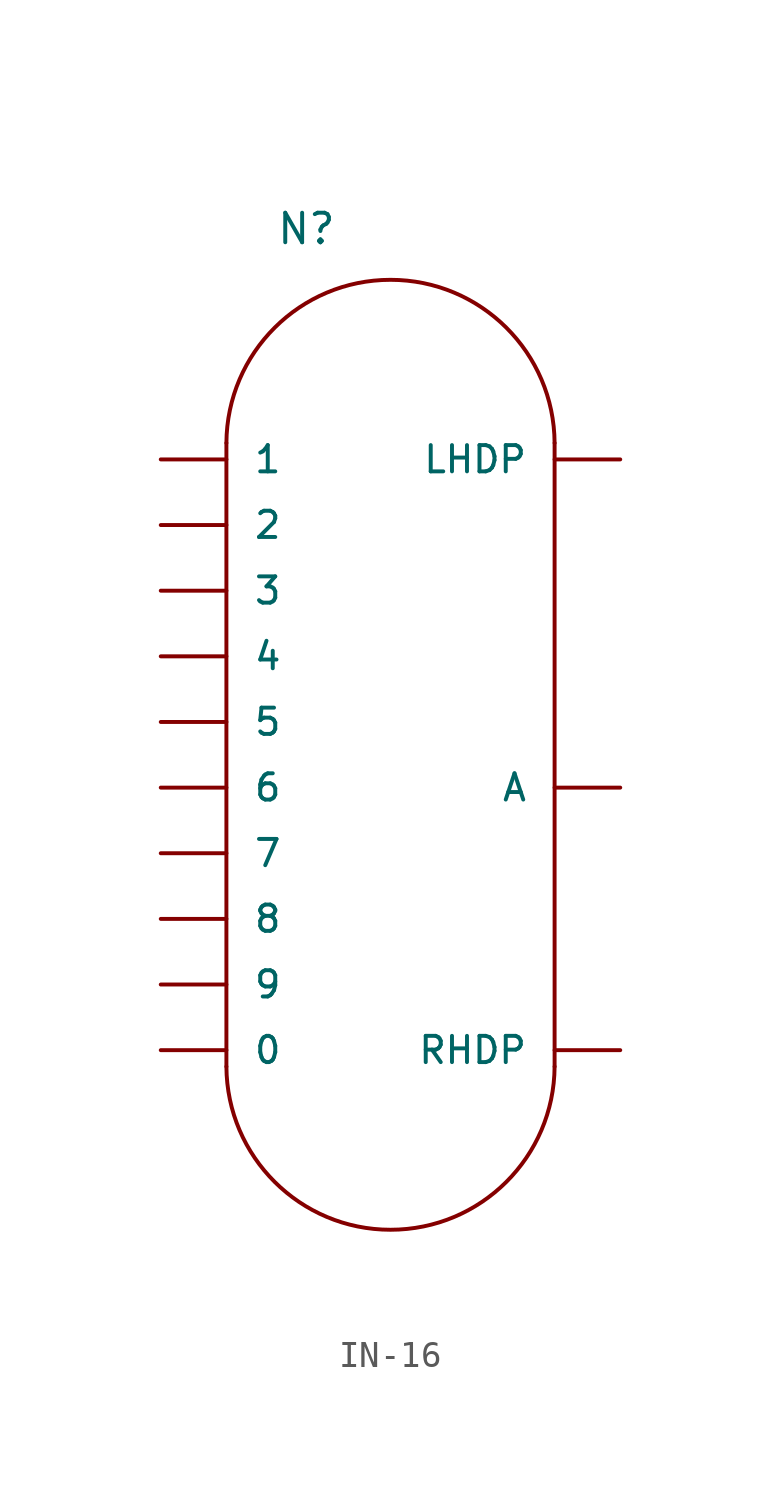
<source format=kicad_sym>
(kicad_symbol_lib
  (version 20211014)
  (generator kicad_symbol_editor)
  (symbol "IN-16"
    (pin_numbers hide)
    (pin_names
      (offset 1.016))
    (property "Reference" "N"
      (at -3.175 20.955 0)
      (effects (font (size 1.143 1.143)) (justify left bottom)))
    (symbol "IN-16_1_0"
      (polyline (pts (xy -5.08 -10.795) (xy -5.08 13.335)) (stroke (width 0) (type default) (color 0 0 0 0)) (fill (type none)))
      (polyline (pts (xy 7.62 -10.795) (xy 7.62 13.335)) (stroke (width 0) (type default) (color 0 0 0 0)) (fill (type none))))
    (symbol "IN-16_1_1"
      (arc (start -5.08 -10.795) (mid 1.27 -17.145) (end 7.62 -10.795) (stroke (width 0) (type default) (color 0 0 0 0)) (fill (type none)))
      (arc (start 7.62 13.335) (mid 1.27 19.685) (end -5.08 13.335) (stroke (width 0) (type default) (color 0 0 0 0)) (fill (type none)))
      (pin bidirectional line (at -7.62 -10.16 0) (length 2.54) (name "0" (effects (font (size 1.016 1.016)))) (number "0" (effects (font (size 1.016 1.016)))))
      (pin bidirectional line (at -7.62 12.7 0) (length 2.54) (name "1" (effects (font (size 1.016 1.016)))) (number "1" (effects (font (size 1.016 1.016)))))
      (pin bidirectional line (at -7.62 10.16 0) (length 2.54) (name "2" (effects (font (size 1.016 1.016)))) (number "2" (effects (font (size 1.016 1.016)))))
      (pin bidirectional line (at -7.62 7.62 0) (length 2.54) (name "3" (effects (font (size 1.016 1.016)))) (number "3" (effects (font (size 1.016 1.016)))))
      (pin bidirectional line (at -7.62 5.08 0) (length 2.54) (name "4" (effects (font (size 1.016 1.016)))) (number "4" (effects (font (size 1.016 1.016)))))
      (pin bidirectional line (at -7.62 2.54 0) (length 2.54) (name "5" (effects (font (size 1.016 1.016)))) (number "5" (effects (font (size 1.016 1.016)))))
      (pin bidirectional line (at -7.62 0 0) (length 2.54) (name "6" (effects (font (size 1.016 1.016)))) (number "6" (effects (font (size 1.016 1.016)))))
      (pin bidirectional line (at -7.62 -2.54 0) (length 2.54) (name "7" (effects (font (size 1.016 1.016)))) (number "7" (effects (font (size 1.016 1.016)))))
      (pin bidirectional line (at -7.62 -5.08 0) (length 2.54) (name "8" (effects (font (size 1.016 1.016)))) (number "8" (effects (font (size 1.016 1.016)))))
      (pin bidirectional line (at -7.62 -7.62 0) (length 2.54) (name "9" (effects (font (size 1.016 1.016)))) (number "9" (effects (font (size 1.016 1.016)))))
      (pin bidirectional line (at 10.16 0 180) (length 2.54) (name "A" (effects (font (size 1.016 1.016)))) (number "A" (effects (font (size 1.016 1.016)))))
      (pin bidirectional line (at 10.16 12.7 180) (length 2.54) (name "LHDP" (effects (font (size 1.016 1.016)))) (number "LHDP" (effects (font (size 1.016 1.016)))))
      (pin bidirectional line (at 10.16 -10.16 180) (length 2.54) (name "RHDP" (effects (font (size 1.016 1.016)))) (number "RHDP" (effects (font (size 1.016 1.016))))))))
</source>
